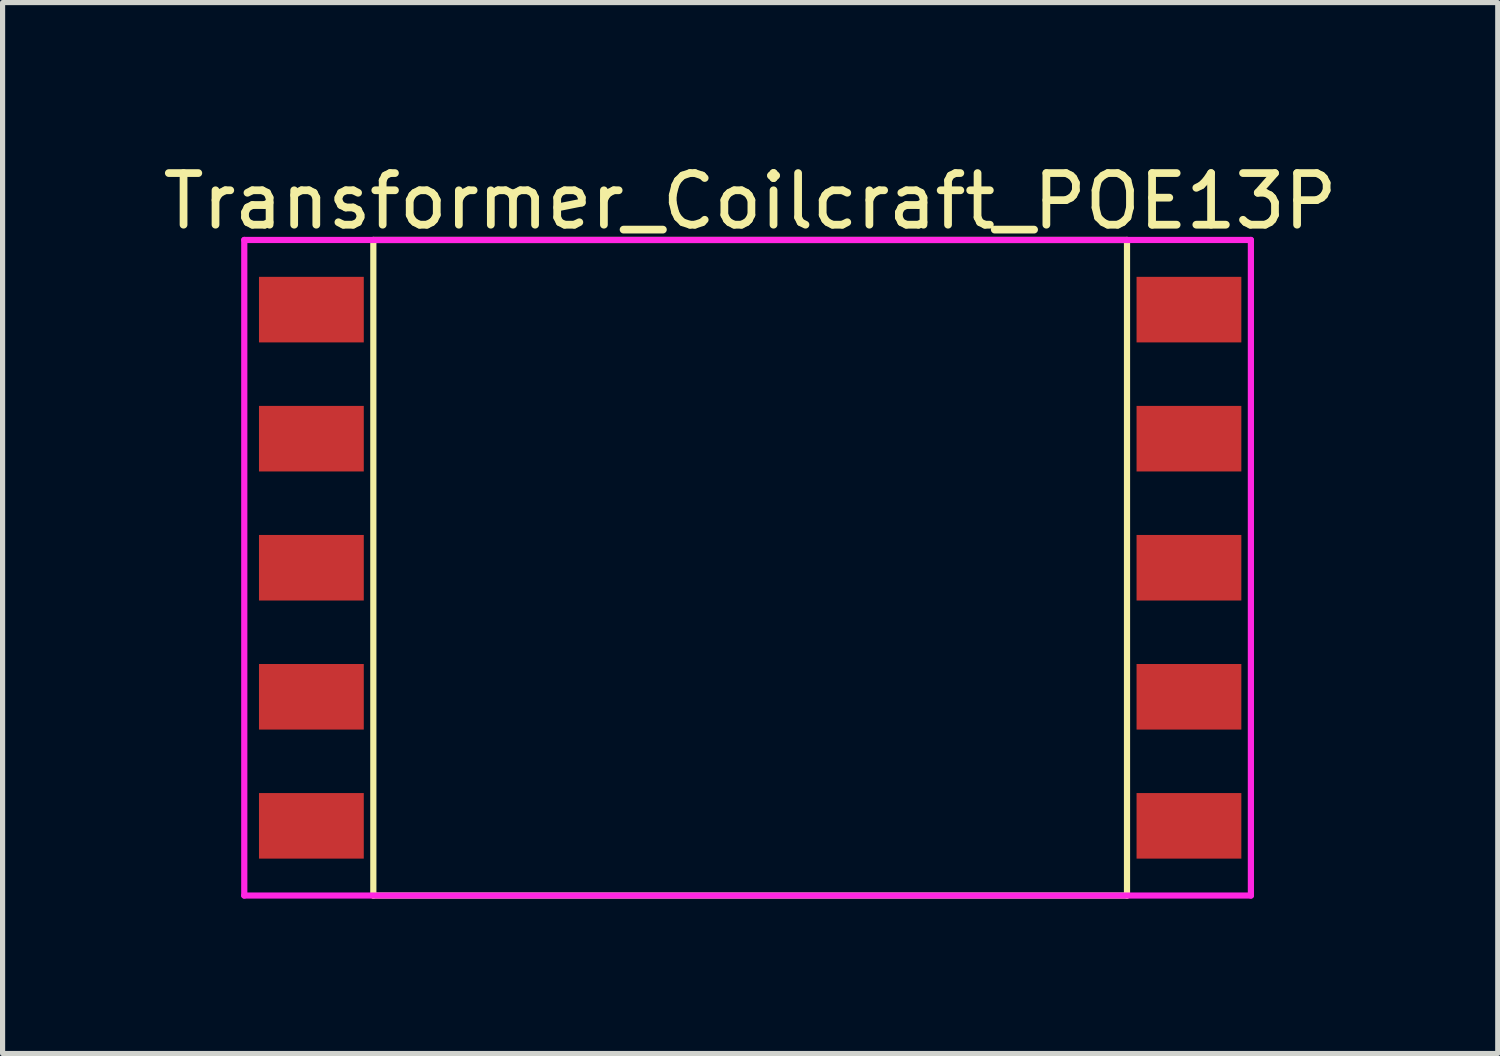
<source format=kicad_pcb>
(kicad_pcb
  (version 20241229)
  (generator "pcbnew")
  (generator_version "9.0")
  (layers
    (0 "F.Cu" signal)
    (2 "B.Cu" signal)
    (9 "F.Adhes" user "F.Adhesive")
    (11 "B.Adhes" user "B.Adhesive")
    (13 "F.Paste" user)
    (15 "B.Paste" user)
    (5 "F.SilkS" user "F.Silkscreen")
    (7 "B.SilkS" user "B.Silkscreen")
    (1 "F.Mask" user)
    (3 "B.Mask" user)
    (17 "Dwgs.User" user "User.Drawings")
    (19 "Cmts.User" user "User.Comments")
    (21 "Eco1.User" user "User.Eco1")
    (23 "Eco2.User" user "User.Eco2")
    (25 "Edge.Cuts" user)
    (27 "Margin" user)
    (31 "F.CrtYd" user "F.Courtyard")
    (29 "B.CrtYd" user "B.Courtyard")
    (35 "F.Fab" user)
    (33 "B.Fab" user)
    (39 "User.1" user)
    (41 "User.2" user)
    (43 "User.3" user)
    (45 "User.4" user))
  (footprint "Transformer_Coilcraft_POE13P"
    (layer "F.Cu")
    (at 11.482 7.948)
    (property "Reference" "Transformer_Coilcraft_POE13P" (at 0 -7.1 0) (layer "F.SilkS") (effects (font (size 1 1) (thickness 0.15))))
    (attr through_hole)
    (fp_line (start -7.3 -6.35) (end -7.3 6.35) (stroke (width 0.12) (type solid)) (layer "F.SilkS"))
    (fp_line (start -7.3 6.35) (end 7.3 6.35) (stroke (width 0.12) (type solid)) (layer "F.SilkS"))
    (fp_line (start 7.3 -6.35) (end -7.3 -6.35) (stroke (width 0.12) (type solid)) (layer "F.SilkS"))
    (fp_line (start 7.3 6.35) (end 7.3 -6.35) (stroke (width 0.12) (type solid)) (layer "F.SilkS"))
    (fp_line (start -9.8 -6.35) (end 9.7 -6.35) (stroke (width 0.12) (type solid)) (layer "F.CrtYd"))
    (fp_line (start -9.8 6.35) (end -9.8 -6.35) (stroke (width 0.12) (type solid)) (layer "F.CrtYd"))
    (fp_line (start 9.7 -6.35) (end 9.7 6.35) (stroke (width 0.12) (type solid)) (layer "F.CrtYd"))
    (fp_line (start 9.7 6.35) (end -9.8 6.35) (stroke (width 0.12) (type solid)) (layer "F.CrtYd"))
    (pad "1" smd rect (at -8.5 5) (size 2.03 1.27) (layers "F.Cu" "F.Mask" "F.Paste"))
    (pad "2" smd rect (at -8.5 2.5) (size 2.03 1.27) (layers "F.Cu" "F.Mask" "F.Paste"))
    (pad "3" smd rect (at -8.5 0) (size 2.03 1.27) (layers "F.Cu" "F.Mask" "F.Paste"))
    (pad "4" smd rect (at -8.5 -2.5) (size 2.03 1.27) (layers "F.Cu" "F.Mask" "F.Paste"))
    (pad "5" smd rect (at -8.5 -5) (size 2.03 1.27) (layers "F.Cu" "F.Mask" "F.Paste"))
    (pad "6" smd rect (at 8.5 -5) (size 2.03 1.27) (layers "F.Cu" "F.Mask" "F.Paste"))
    (pad "7" smd rect (at 8.5 -2.5) (size 2.03 1.27) (layers "F.Cu" "F.Mask" "F.Paste"))
    (pad "8" smd rect (at 8.5 0) (size 2.03 1.27) (layers "F.Cu" "F.Mask" "F.Paste"))
    (pad "9" smd rect (at 8.5 2.5) (size 2.03 1.27) (layers "F.Cu" "F.Mask" "F.Paste"))
    (pad "10" smd rect (at 8.5 5) (size 2.03 1.27) (layers "F.Cu" "F.Mask" "F.Paste")))
  (gr_rect
    (start -3 -3)
    (end 25.964 17.358)
    (stroke (width 0.1) (type default))
    (fill no)
    (layer "Edge.Cuts")))
</source>
